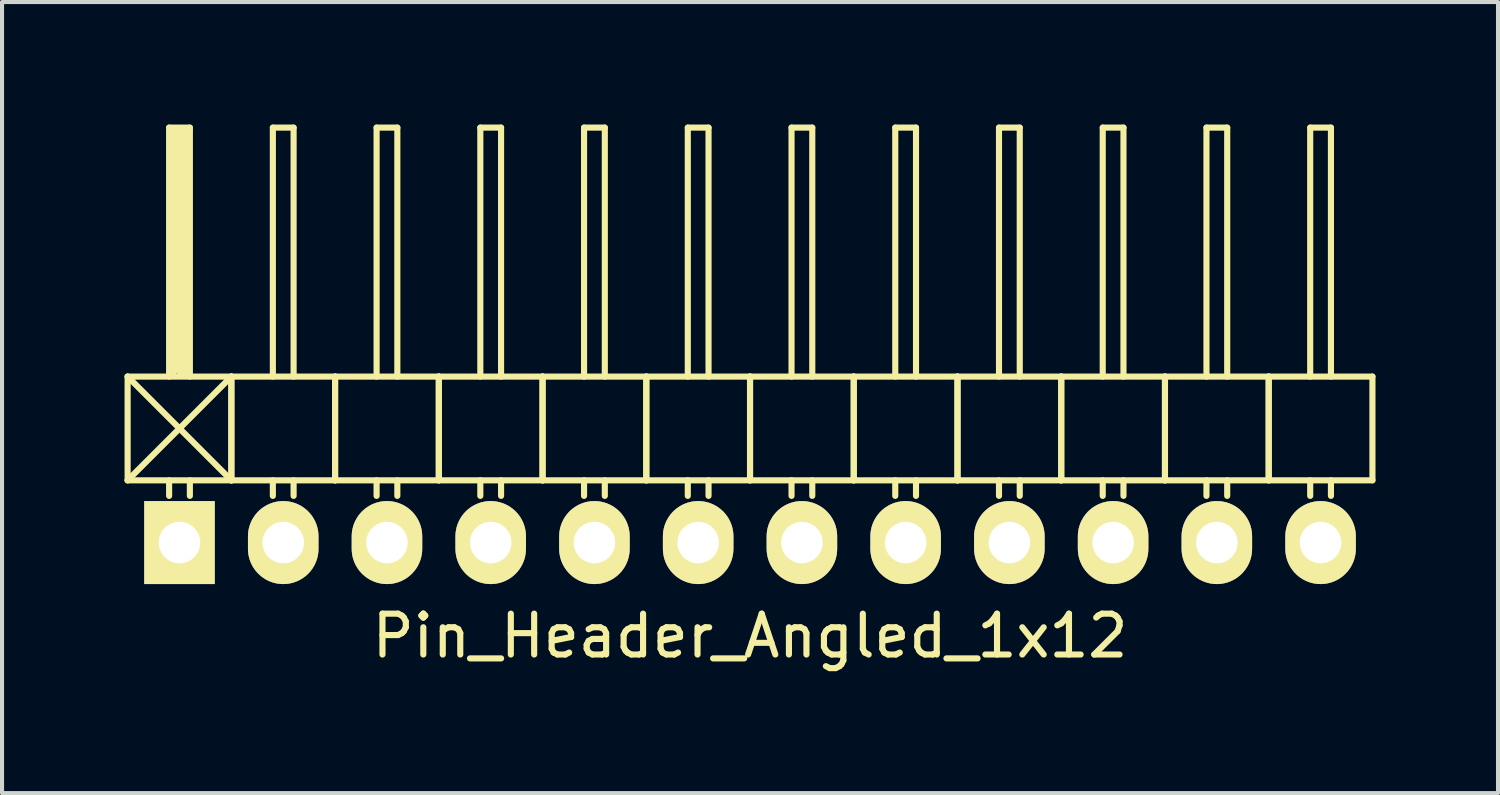
<source format=kicad_pcb>
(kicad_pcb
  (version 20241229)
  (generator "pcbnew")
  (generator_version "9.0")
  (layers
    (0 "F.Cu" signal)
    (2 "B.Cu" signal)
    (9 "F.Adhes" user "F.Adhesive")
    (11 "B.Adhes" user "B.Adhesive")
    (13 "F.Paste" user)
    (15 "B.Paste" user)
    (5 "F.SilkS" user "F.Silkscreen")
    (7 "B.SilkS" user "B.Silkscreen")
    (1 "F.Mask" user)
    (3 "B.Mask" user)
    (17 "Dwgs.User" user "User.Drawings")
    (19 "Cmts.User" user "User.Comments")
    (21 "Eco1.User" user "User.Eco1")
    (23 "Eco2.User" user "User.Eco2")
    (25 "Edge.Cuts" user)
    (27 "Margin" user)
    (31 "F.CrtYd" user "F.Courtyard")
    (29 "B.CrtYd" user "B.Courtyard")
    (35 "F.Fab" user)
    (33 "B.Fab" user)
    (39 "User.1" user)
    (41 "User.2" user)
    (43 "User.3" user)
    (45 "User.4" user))
  (footprint "Pin_Header_Angled_1x12"
    (layer "F.Cu")
    (at 15.315 10.235)
    (property "Reference" "Pin_Header_Angled_1x12" (at 0 2.286 0) (layer "F.SilkS") (effects (font (size 1 1) (thickness 0.15))))
    (attr through_hole)
    (fp_line (start -15.24 -4.064) (end -12.7 -1.524) (stroke (width 0.15) (type solid)) (layer "F.SilkS"))
    (fp_line (start -15.24 -1.524) (end -15.24 -4.064) (stroke (width 0.15) (type solid)) (layer "F.SilkS"))
    (fp_line (start -15.24 -1.524) (end -12.7 -1.524) (stroke (width 0.15) (type solid)) (layer "F.SilkS"))
    (fp_line (start -14.224 -10.16) (end -13.716 -10.16) (stroke (width 0.15) (type solid)) (layer "F.SilkS"))
    (fp_line (start -14.224 -4.064) (end -14.224 -10.16) (stroke (width 0.15) (type solid)) (layer "F.SilkS"))
    (fp_line (start -14.224 -1.524) (end -14.224 -1.143) (stroke (width 0.15) (type solid)) (layer "F.SilkS"))
    (fp_line (start -14.097 -10.033) (end -13.843 -10.033) (stroke (width 0.15) (type solid)) (layer "F.SilkS"))
    (fp_line (start -14.097 -4.191) (end -14.097 -10.033) (stroke (width 0.15) (type solid)) (layer "F.SilkS"))
    (fp_line (start -13.97 -4.191) (end -13.97 -10.033) (stroke (width 0.15) (type solid)) (layer "F.SilkS"))
    (fp_line (start -13.843 -10.033) (end -13.843 -4.191) (stroke (width 0.15) (type solid)) (layer "F.SilkS"))
    (fp_line (start -13.843 -4.191) (end -13.97 -4.191) (stroke (width 0.15) (type solid)) (layer "F.SilkS"))
    (fp_line (start -13.716 -10.16) (end -13.716 -4.064) (stroke (width 0.15) (type solid)) (layer "F.SilkS"))
    (fp_line (start -13.716 -1.524) (end -13.716 -1.143) (stroke (width 0.15) (type solid)) (layer "F.SilkS"))
    (fp_line (start -12.7 -4.064) (end -15.24 -4.064) (stroke (width 0.15) (type solid)) (layer "F.SilkS"))
    (fp_line (start -12.7 -4.064) (end -15.24 -1.524) (stroke (width 0.15) (type solid)) (layer "F.SilkS"))
    (fp_line (start -12.7 -1.524) (end -12.7 -4.064) (stroke (width 0.15) (type solid)) (layer "F.SilkS"))
    (fp_line (start -12.7 -1.524) (end -12.7 -4.064) (stroke (width 0.15) (type solid)) (layer "F.SilkS"))
    (fp_line (start -12.7 -1.524) (end -10.16 -1.524) (stroke (width 0.15) (type solid)) (layer "F.SilkS"))
    (fp_line (start -11.684 -10.16) (end -11.176 -10.16) (stroke (width 0.15) (type solid)) (layer "F.SilkS"))
    (fp_line (start -11.684 -4.064) (end -11.684 -10.16) (stroke (width 0.15) (type solid)) (layer "F.SilkS"))
    (fp_line (start -11.684 -1.524) (end -11.684 -1.143) (stroke (width 0.15) (type solid)) (layer "F.SilkS"))
    (fp_line (start -11.176 -10.16) (end -11.176 -4.064) (stroke (width 0.15) (type solid)) (layer "F.SilkS"))
    (fp_line (start -11.176 -1.524) (end -11.176 -1.143) (stroke (width 0.15) (type solid)) (layer "F.SilkS"))
    (fp_line (start -10.16 -4.064) (end -12.7 -4.064) (stroke (width 0.15) (type solid)) (layer "F.SilkS"))
    (fp_line (start -10.16 -1.524) (end -10.16 -4.064) (stroke (width 0.15) (type solid)) (layer "F.SilkS"))
    (fp_line (start -10.16 -1.524) (end -10.16 -4.064) (stroke (width 0.15) (type solid)) (layer "F.SilkS"))
    (fp_line (start -10.16 -1.524) (end -7.62 -1.524) (stroke (width 0.15) (type solid)) (layer "F.SilkS"))
    (fp_line (start -9.144 -10.16) (end -8.636 -10.16) (stroke (width 0.15) (type solid)) (layer "F.SilkS"))
    (fp_line (start -9.144 -4.064) (end -9.144 -10.16) (stroke (width 0.15) (type solid)) (layer "F.SilkS"))
    (fp_line (start -9.144 -1.524) (end -9.144 -1.143) (stroke (width 0.15) (type solid)) (layer "F.SilkS"))
    (fp_line (start -8.636 -10.16) (end -8.636 -4.064) (stroke (width 0.15) (type solid)) (layer "F.SilkS"))
    (fp_line (start -8.636 -1.524) (end -8.636 -1.143) (stroke (width 0.15) (type solid)) (layer "F.SilkS"))
    (fp_line (start -7.62 -4.064) (end -10.16 -4.064) (stroke (width 0.15) (type solid)) (layer "F.SilkS"))
    (fp_line (start -7.62 -1.524) (end -7.62 -4.064) (stroke (width 0.15) (type solid)) (layer "F.SilkS"))
    (fp_line (start -7.62 -1.524) (end -7.62 -4.064) (stroke (width 0.15) (type solid)) (layer "F.SilkS"))
    (fp_line (start -7.62 -1.524) (end -5.08 -1.524) (stroke (width 0.15) (type solid)) (layer "F.SilkS"))
    (fp_line (start -6.604 -10.16) (end -6.096 -10.16) (stroke (width 0.15) (type solid)) (layer "F.SilkS"))
    (fp_line (start -6.604 -4.064) (end -6.604 -10.16) (stroke (width 0.15) (type solid)) (layer "F.SilkS"))
    (fp_line (start -6.604 -1.524) (end -6.604 -1.143) (stroke (width 0.15) (type solid)) (layer "F.SilkS"))
    (fp_line (start -6.096 -10.16) (end -6.096 -4.064) (stroke (width 0.15) (type solid)) (layer "F.SilkS"))
    (fp_line (start -6.096 -1.524) (end -6.096 -1.143) (stroke (width 0.15) (type solid)) (layer "F.SilkS"))
    (fp_line (start -5.08 -4.064) (end -7.62 -4.064) (stroke (width 0.15) (type solid)) (layer "F.SilkS"))
    (fp_line (start -5.08 -1.524) (end -5.08 -4.064) (stroke (width 0.15) (type solid)) (layer "F.SilkS"))
    (fp_line (start -5.08 -1.524) (end -5.08 -4.064) (stroke (width 0.15) (type solid)) (layer "F.SilkS"))
    (fp_line (start -5.08 -1.524) (end -2.54 -1.524) (stroke (width 0.15) (type solid)) (layer "F.SilkS"))
    (fp_line (start -4.064 -10.16) (end -3.556 -10.16) (stroke (width 0.15) (type solid)) (layer "F.SilkS"))
    (fp_line (start -4.064 -4.064) (end -4.064 -10.16) (stroke (width 0.15) (type solid)) (layer "F.SilkS"))
    (fp_line (start -4.064 -1.524) (end -4.064 -1.143) (stroke (width 0.15) (type solid)) (layer "F.SilkS"))
    (fp_line (start -3.556 -10.16) (end -3.556 -4.064) (stroke (width 0.15) (type solid)) (layer "F.SilkS"))
    (fp_line (start -3.556 -1.524) (end -3.556 -1.143) (stroke (width 0.15) (type solid)) (layer "F.SilkS"))
    (fp_line (start -2.54 -4.064) (end -5.08 -4.064) (stroke (width 0.15) (type solid)) (layer "F.SilkS"))
    (fp_line (start -2.54 -1.524) (end -2.54 -4.064) (stroke (width 0.15) (type solid)) (layer "F.SilkS"))
    (fp_line (start -2.54 -1.524) (end -2.54 -4.064) (stroke (width 0.15) (type solid)) (layer "F.SilkS"))
    (fp_line (start -2.54 -1.524) (end 0 -1.524) (stroke (width 0.15) (type solid)) (layer "F.SilkS"))
    (fp_line (start -1.524 -10.16) (end -1.016 -10.16) (stroke (width 0.15) (type solid)) (layer "F.SilkS"))
    (fp_line (start -1.524 -4.064) (end -1.524 -10.16) (stroke (width 0.15) (type solid)) (layer "F.SilkS"))
    (fp_line (start -1.524 -1.524) (end -1.524 -1.143) (stroke (width 0.15) (type solid)) (layer "F.SilkS"))
    (fp_line (start -1.016 -10.16) (end -1.016 -4.064) (stroke (width 0.15) (type solid)) (layer "F.SilkS"))
    (fp_line (start -1.016 -1.524) (end -1.016 -1.143) (stroke (width 0.15) (type solid)) (layer "F.SilkS"))
    (fp_line (start 0 -4.064) (end -2.54 -4.064) (stroke (width 0.15) (type solid)) (layer "F.SilkS"))
    (fp_line (start 0 -1.524) (end 0 -4.064) (stroke (width 0.15) (type solid)) (layer "F.SilkS"))
    (fp_line (start 0 -1.524) (end 0 -4.064) (stroke (width 0.15) (type solid)) (layer "F.SilkS"))
    (fp_line (start 0 -1.524) (end 2.54 -1.524) (stroke (width 0.15) (type solid)) (layer "F.SilkS"))
    (fp_line (start 1.016 -10.16) (end 1.524 -10.16) (stroke (width 0.15) (type solid)) (layer "F.SilkS"))
    (fp_line (start 1.016 -4.064) (end 1.016 -10.16) (stroke (width 0.15) (type solid)) (layer "F.SilkS"))
    (fp_line (start 1.016 -1.524) (end 1.016 -1.143) (stroke (width 0.15) (type solid)) (layer "F.SilkS"))
    (fp_line (start 1.524 -10.16) (end 1.524 -4.064) (stroke (width 0.15) (type solid)) (layer "F.SilkS"))
    (fp_line (start 1.524 -1.524) (end 1.524 -1.143) (stroke (width 0.15) (type solid)) (layer "F.SilkS"))
    (fp_line (start 2.54 -4.064) (end 0 -4.064) (stroke (width 0.15) (type solid)) (layer "F.SilkS"))
    (fp_line (start 2.54 -1.524) (end 2.54 -4.064) (stroke (width 0.15) (type solid)) (layer "F.SilkS"))
    (fp_line (start 2.54 -1.524) (end 2.54 -4.064) (stroke (width 0.15) (type solid)) (layer "F.SilkS"))
    (fp_line (start 2.54 -1.524) (end 5.08 -1.524) (stroke (width 0.15) (type solid)) (layer "F.SilkS"))
    (fp_line (start 3.556 -10.16) (end 4.064 -10.16) (stroke (width 0.15) (type solid)) (layer "F.SilkS"))
    (fp_line (start 3.556 -4.064) (end 3.556 -10.16) (stroke (width 0.15) (type solid)) (layer "F.SilkS"))
    (fp_line (start 3.556 -1.524) (end 3.556 -1.143) (stroke (width 0.15) (type solid)) (layer "F.SilkS"))
    (fp_line (start 4.064 -10.16) (end 4.064 -4.064) (stroke (width 0.15) (type solid)) (layer "F.SilkS"))
    (fp_line (start 4.064 -1.524) (end 4.064 -1.143) (stroke (width 0.15) (type solid)) (layer "F.SilkS"))
    (fp_line (start 5.08 -4.064) (end 2.54 -4.064) (stroke (width 0.15) (type solid)) (layer "F.SilkS"))
    (fp_line (start 5.08 -1.524) (end 5.08 -4.064) (stroke (width 0.15) (type solid)) (layer "F.SilkS"))
    (fp_line (start 5.08 -1.524) (end 5.08 -4.064) (stroke (width 0.15) (type solid)) (layer "F.SilkS"))
    (fp_line (start 5.08 -1.524) (end 7.62 -1.524) (stroke (width 0.15) (type solid)) (layer "F.SilkS"))
    (fp_line (start 6.096 -10.16) (end 6.604 -10.16) (stroke (width 0.15) (type solid)) (layer "F.SilkS"))
    (fp_line (start 6.096 -4.064) (end 6.096 -10.16) (stroke (width 0.15) (type solid)) (layer "F.SilkS"))
    (fp_line (start 6.096 -1.524) (end 6.096 -1.143) (stroke (width 0.15) (type solid)) (layer "F.SilkS"))
    (fp_line (start 6.604 -10.16) (end 6.604 -4.064) (stroke (width 0.15) (type solid)) (layer "F.SilkS"))
    (fp_line (start 6.604 -1.524) (end 6.604 -1.143) (stroke (width 0.15) (type solid)) (layer "F.SilkS"))
    (fp_line (start 7.62 -4.064) (end 5.08 -4.064) (stroke (width 0.15) (type solid)) (layer "F.SilkS"))
    (fp_line (start 7.62 -1.524) (end 7.62 -4.064) (stroke (width 0.15) (type solid)) (layer "F.SilkS"))
    (fp_line (start 7.62 -1.524) (end 7.62 -4.064) (stroke (width 0.15) (type solid)) (layer "F.SilkS"))
    (fp_line (start 7.62 -1.524) (end 10.16 -1.524) (stroke (width 0.15) (type solid)) (layer "F.SilkS"))
    (fp_line (start 8.636 -10.16) (end 9.144 -10.16) (stroke (width 0.15) (type solid)) (layer "F.SilkS"))
    (fp_line (start 8.636 -4.064) (end 8.636 -10.16) (stroke (width 0.15) (type solid)) (layer "F.SilkS"))
    (fp_line (start 8.636 -1.524) (end 8.636 -1.143) (stroke (width 0.15) (type solid)) (layer "F.SilkS"))
    (fp_line (start 9.144 -10.16) (end 9.144 -4.064) (stroke (width 0.15) (type solid)) (layer "F.SilkS"))
    (fp_line (start 9.144 -1.524) (end 9.144 -1.143) (stroke (width 0.15) (type solid)) (layer "F.SilkS"))
    (fp_line (start 10.16 -4.064) (end 7.62 -4.064) (stroke (width 0.15) (type solid)) (layer "F.SilkS"))
    (fp_line (start 10.16 -1.524) (end 10.16 -4.064) (stroke (width 0.15) (type solid)) (layer "F.SilkS"))
    (fp_line (start 10.16 -1.524) (end 10.16 -4.064) (stroke (width 0.15) (type solid)) (layer "F.SilkS"))
    (fp_line (start 10.16 -1.524) (end 12.7 -1.524) (stroke (width 0.15) (type solid)) (layer "F.SilkS"))
    (fp_line (start 11.176 -10.16) (end 11.684 -10.16) (stroke (width 0.15) (type solid)) (layer "F.SilkS"))
    (fp_line (start 11.176 -4.064) (end 11.176 -10.16) (stroke (width 0.15) (type solid)) (layer "F.SilkS"))
    (fp_line (start 11.176 -1.524) (end 11.176 -1.143) (stroke (width 0.15) (type solid)) (layer "F.SilkS"))
    (fp_line (start 11.684 -10.16) (end 11.684 -4.064) (stroke (width 0.15) (type solid)) (layer "F.SilkS"))
    (fp_line (start 11.684 -1.524) (end 11.684 -1.143) (stroke (width 0.15) (type solid)) (layer "F.SilkS"))
    (fp_line (start 12.7 -4.064) (end 10.16 -4.064) (stroke (width 0.15) (type solid)) (layer "F.SilkS"))
    (fp_line (start 12.7 -1.524) (end 12.7 -4.064) (stroke (width 0.15) (type solid)) (layer "F.SilkS"))
    (fp_line (start 12.7 -1.524) (end 12.7 -4.064) (stroke (width 0.15) (type solid)) (layer "F.SilkS"))
    (fp_line (start 12.7 -1.524) (end 15.24 -1.524) (stroke (width 0.15) (type solid)) (layer "F.SilkS"))
    (fp_line (start 13.716 -10.16) (end 14.224 -10.16) (stroke (width 0.15) (type solid)) (layer "F.SilkS"))
    (fp_line (start 13.716 -4.064) (end 13.716 -10.16) (stroke (width 0.15) (type solid)) (layer "F.SilkS"))
    (fp_line (start 13.716 -1.524) (end 13.716 -1.143) (stroke (width 0.15) (type solid)) (layer "F.SilkS"))
    (fp_line (start 14.224 -10.16) (end 14.224 -4.064) (stroke (width 0.15) (type solid)) (layer "F.SilkS"))
    (fp_line (start 14.224 -1.524) (end 14.224 -1.143) (stroke (width 0.15) (type solid)) (layer "F.SilkS"))
    (fp_line (start 15.24 -4.064) (end 12.7 -4.064) (stroke (width 0.15) (type solid)) (layer "F.SilkS"))
    (fp_line (start 15.24 -1.524) (end 15.24 -4.064) (stroke (width 0.15) (type solid)) (layer "F.SilkS"))
    (pad "1" thru_hole rect (at -13.97 0) (size 1.727 2.032) (drill 1.016) (layers "*.Cu" "*.Mask" "F.SilkS"))
    (pad "2" thru_hole oval (at -11.43 0) (size 1.727 2.032) (drill 1.016) (layers "*.Cu" "*.Mask" "F.SilkS"))
    (pad "3" thru_hole oval (at -8.89 0) (size 1.727 2.032) (drill 1.016) (layers "*.Cu" "*.Mask" "F.SilkS"))
    (pad "4" thru_hole oval (at -6.35 0) (size 1.727 2.032) (drill 1.016) (layers "*.Cu" "*.Mask" "F.SilkS"))
    (pad "5" thru_hole oval (at -3.81 0) (size 1.727 2.032) (drill 1.016) (layers "*.Cu" "*.Mask" "F.SilkS"))
    (pad "6" thru_hole oval (at -1.27 0) (size 1.727 2.032) (drill 1.016) (layers "*.Cu" "*.Mask" "F.SilkS"))
    (pad "7" thru_hole oval (at 1.27 0) (size 1.727 2.032) (drill 1.016) (layers "*.Cu" "*.Mask" "F.SilkS"))
    (pad "8" thru_hole oval (at 3.81 0) (size 1.727 2.032) (drill 1.016) (layers "*.Cu" "*.Mask" "F.SilkS"))
    (pad "9" thru_hole oval (at 6.35 0) (size 1.727 2.032) (drill 1.016) (layers "*.Cu" "*.Mask" "F.SilkS"))
    (pad "10" thru_hole oval (at 8.89 0) (size 1.727 2.032) (drill 1.016) (layers "*.Cu" "*.Mask" "F.SilkS"))
    (pad "11" thru_hole oval (at 11.43 0) (size 1.727 2.032) (drill 1.016) (layers "*.Cu" "*.Mask" "F.SilkS"))
    (pad "12" thru_hole oval (at 13.97 0) (size 1.727 2.032) (drill 1.016) (layers "*.Cu" "*.Mask" "F.SilkS")))
  (gr_rect
    (start -3 -3)
    (end 33.63 16.369)
    (stroke (width 0.1) (type default))
    (fill no)
    (layer "Edge.Cuts")))
</source>
